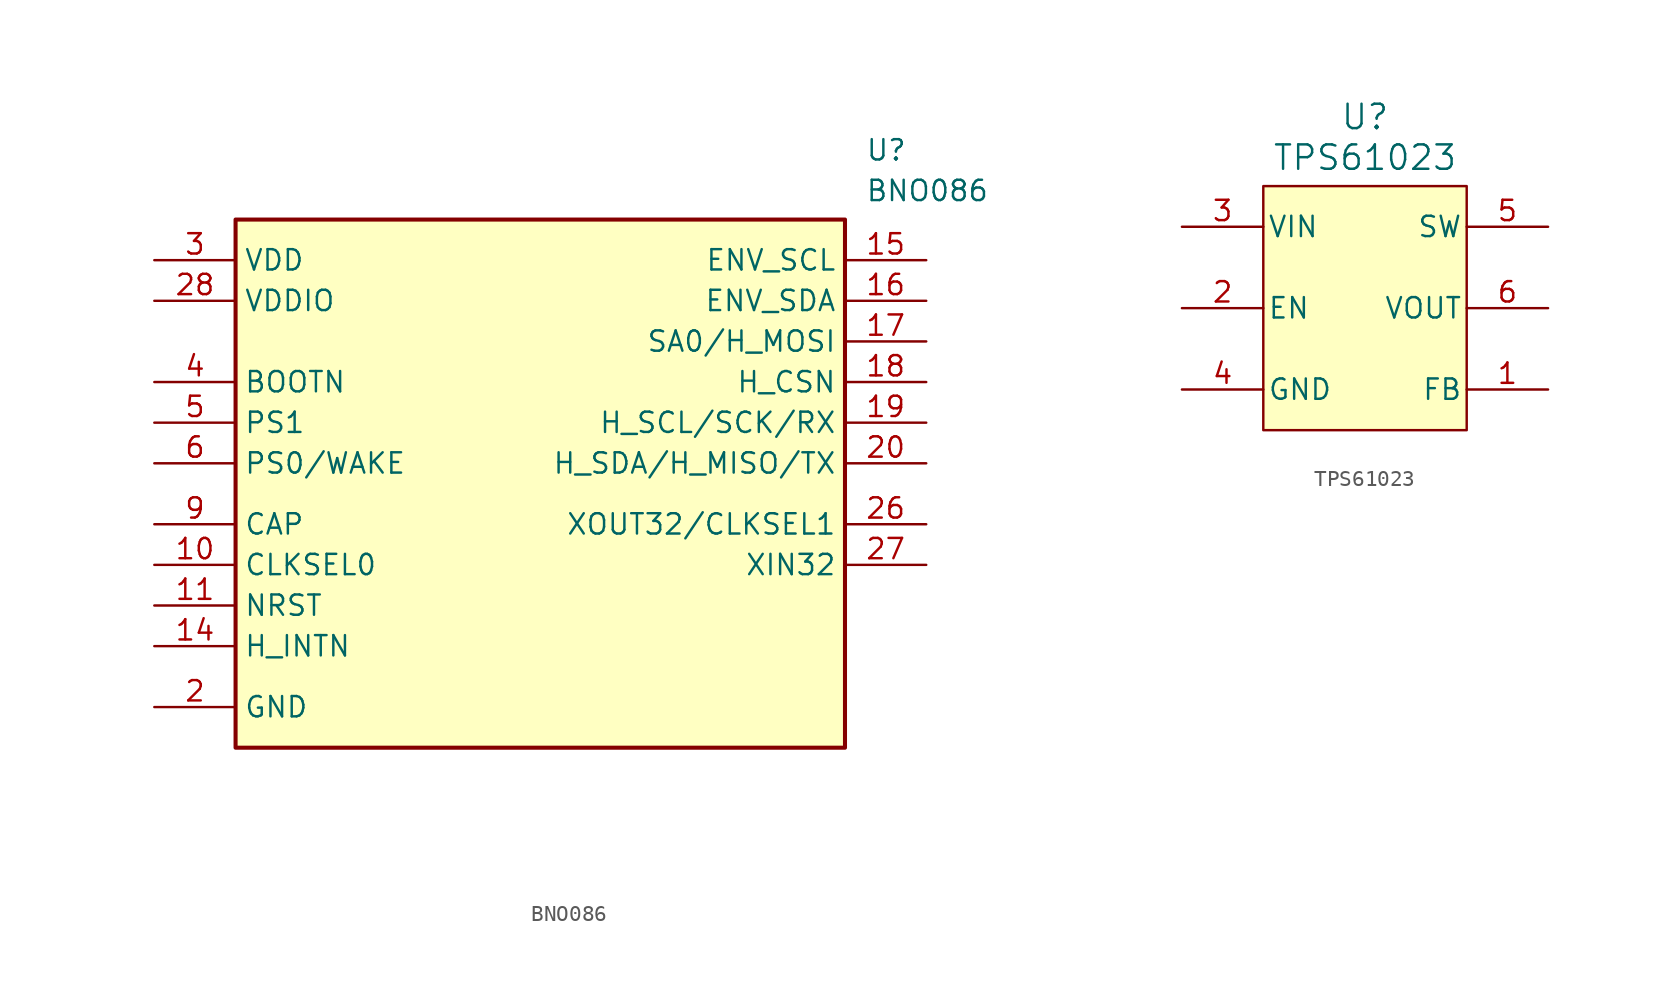
<source format=kicad_sym>
(kicad_symbol_lib
  (version 20231120)
  (generator "kicad_symbol_editor")
  (generator_version "8.0")
  (symbol "BNO086"
    (property "Reference" "U"
      (at 44.45 7.62 0)
      (effects (font (size 1.27 1.27)) (justify left top)))
    (property "Value" "BNO086"
      (at 44.45 5.08 0)
      (effects (font (size 1.27 1.27)) (justify left top)))
    (symbol "BNO086_1_1"
      (rectangle (start 5.08 2.54) (end 43.18 -30.48) (stroke (width 0.254) (type default)) (fill (type background)))
      (pin no_connect line (at 21.59 -35.56 90) (length 5.08) hide (name "RESV_NC_1" (effects (font (size 1.27 1.27)))) (number "1" (effects (font (size 1.27 1.27)))))
      (pin passive line (at 0 -19.05 0) (length 5.08) (name "CLKSEL0" (effects (font (size 1.27 1.27)))) (number "10" (effects (font (size 1.27 1.27)))))
      (pin passive line (at 0 -21.59 0) (length 5.08) (name "NRST" (effects (font (size 1.27 1.27)))) (number "11" (effects (font (size 1.27 1.27)))))
      (pin no_connect line (at 22.86 -35.56 90) (length 5.08) hide (name "RESV_NC_4" (effects (font (size 1.27 1.27)))) (number "12" (effects (font (size 1.27 1.27)))))
      (pin no_connect line (at 24.13 -35.56 90) (length 5.08) hide (name "RESV_NC_5" (effects (font (size 1.27 1.27)))) (number "13" (effects (font (size 1.27 1.27)))))
      (pin passive line (at 0 -24.13 0) (length 5.08) (name "H_INTN" (effects (font (size 1.27 1.27)))) (number "14" (effects (font (size 1.27 1.27)))))
      (pin passive line (at 48.26 0 180) (length 5.08) (name "ENV_SCL" (effects (font (size 1.27 1.27)))) (number "15" (effects (font (size 1.27 1.27)))))
      (pin passive line (at 48.26 -2.54 180) (length 5.08) (name "ENV_SDA" (effects (font (size 1.27 1.27)))) (number "16" (effects (font (size 1.27 1.27)))))
      (pin passive line (at 48.26 -5.08 180) (length 5.08) (name "SA0/H_MOSI" (effects (font (size 1.27 1.27)))) (number "17" (effects (font (size 1.27 1.27)))))
      (pin passive line (at 48.26 -7.62 180) (length 5.08) (name "H_CSN" (effects (font (size 1.27 1.27)))) (number "18" (effects (font (size 1.27 1.27)))))
      (pin passive line (at 48.26 -10.16 180) (length 5.08) (name "H_SCL/SCK/RX" (effects (font (size 1.27 1.27)))) (number "19" (effects (font (size 1.27 1.27)))))
      (pin power_in line (at 0 -27.94 0) (length 5.08) (name "GND" (effects (font (size 1.27 1.27)))) (number "2" (effects (font (size 1.27 1.27)))))
      (pin passive line (at 48.26 -12.7 180) (length 5.08) (name "H_SDA/H_MISO/TX" (effects (font (size 1.27 1.27)))) (number "20" (effects (font (size 1.27 1.27)))))
      (pin no_connect line (at 25.4 -35.56 90) (length 5.08) hide (name "RESV_NC_6" (effects (font (size 1.27 1.27)))) (number "21" (effects (font (size 1.27 1.27)))))
      (pin no_connect line (at 26.67 -35.56 90) (length 5.08) hide (name "RESV_NC_7" (effects (font (size 1.27 1.27)))) (number "22" (effects (font (size 1.27 1.27)))))
      (pin no_connect line (at 20.32 -35.56 90) (length 5.08) hide (name "RESV_NC_8" (effects (font (size 1.27 1.27)))) (number "23" (effects (font (size 1.27 1.27)))))
      (pin no_connect line (at 19.05 -35.56 90) (length 5.08) hide (name "RESV_NC_9" (effects (font (size 1.27 1.27)))) (number "24" (effects (font (size 1.27 1.27)))))
      (pin power_in line (at 0 -27.94 0) (length 5.08) hide (name "GND" (effects (font (size 1.27 1.27)))) (number "25" (effects (font (size 1.27 1.27)))))
      (pin passive line (at 48.26 -16.51 180) (length 5.08) (name "XOUT32/CLKSEL1" (effects (font (size 1.27 1.27)))) (number "26" (effects (font (size 1.27 1.27)))))
      (pin passive line (at 48.26 -19.05 180) (length 5.08) (name "XIN32" (effects (font (size 1.27 1.27)))) (number "27" (effects (font (size 1.27 1.27)))))
      (pin passive line (at 0 -2.54 0) (length 5.08) (name "VDDIO" (effects (font (size 1.27 1.27)))) (number "28" (effects (font (size 1.27 1.27)))))
      (pin power_in line (at 0 0 0) (length 5.08) (name "VDD" (effects (font (size 1.27 1.27)))) (number "3" (effects (font (size 1.27 1.27)))))
      (pin passive line (at 0 -7.62 0) (length 5.08) (name "BOOTN" (effects (font (size 1.27 1.27)))) (number "4" (effects (font (size 1.27 1.27)))))
      (pin passive line (at 0 -10.16 0) (length 5.08) (name "PS1" (effects (font (size 1.27 1.27)))) (number "5" (effects (font (size 1.27 1.27)))))
      (pin passive line (at 0 -12.7 0) (length 5.08) (name "PS0/WAKE" (effects (font (size 1.27 1.27)))) (number "6" (effects (font (size 1.27 1.27)))))
      (pin no_connect line (at 17.78 -35.56 90) (length 5.08) hide (name "RESV_NC_2" (effects (font (size 1.27 1.27)))) (number "7" (effects (font (size 1.27 1.27)))))
      (pin no_connect line (at 27.94 -35.56 90) (length 5.08) hide (name "RESV_NC_3" (effects (font (size 1.27 1.27)))) (number "8" (effects (font (size 1.27 1.27)))))
      (pin passive line (at 0 -16.51 0) (length 5.08) (name "CAP" (effects (font (size 1.27 1.27)))) (number "9" (effects (font (size 1.27 1.27)))))))
  (symbol "TPS61023"
    (pin_names
      (offset 0.254))
    (property "Reference" "U"
      (at 0 11.938 0)
      (effects (font (size 1.524 1.524))))
    (property "Value" "TPS61023"
      (at 0 9.398 0)
      (effects (font (size 1.524 1.524))))
    (symbol "TPS61023_0_1"
      (pin input line (at 11.43 -5.08 180) (length 5.08) (name "FB" (effects (font (size 1.27 1.27)))) (number "1" (effects (font (size 1.27 1.27)))))
      (pin input line (at -11.43 0 0) (length 5.08) (name "EN" (effects (font (size 1.27 1.27)))) (number "2" (effects (font (size 1.27 1.27)))))
      (pin power_in line (at -11.43 5.08 0) (length 5.08) (name "VIN" (effects (font (size 1.27 1.27)))) (number "3" (effects (font (size 1.27 1.27)))))
      (pin power_in line (at -11.43 -5.08 0) (length 5.08) (name "GND" (effects (font (size 1.27 1.27)))) (number "4" (effects (font (size 1.27 1.27))))))
    (symbol "TPS61023_1_1"
      (rectangle (start -6.35 7.62) (end 6.35 -7.62) (stroke (width 0) (type default)) (fill (type background)))
      (pin passive line (at 11.43 5.08 180) (length 5.08) (name "SW" (effects (font (size 1.27 1.27)))) (number "5" (effects (font (size 1.27 1.27)))))
      (pin power_out line (at 11.43 0 180) (length 5.08) (name "VOUT" (effects (font (size 1.27 1.27)))) (number "6" (effects (font (size 1.27 1.27))))))))
</source>
